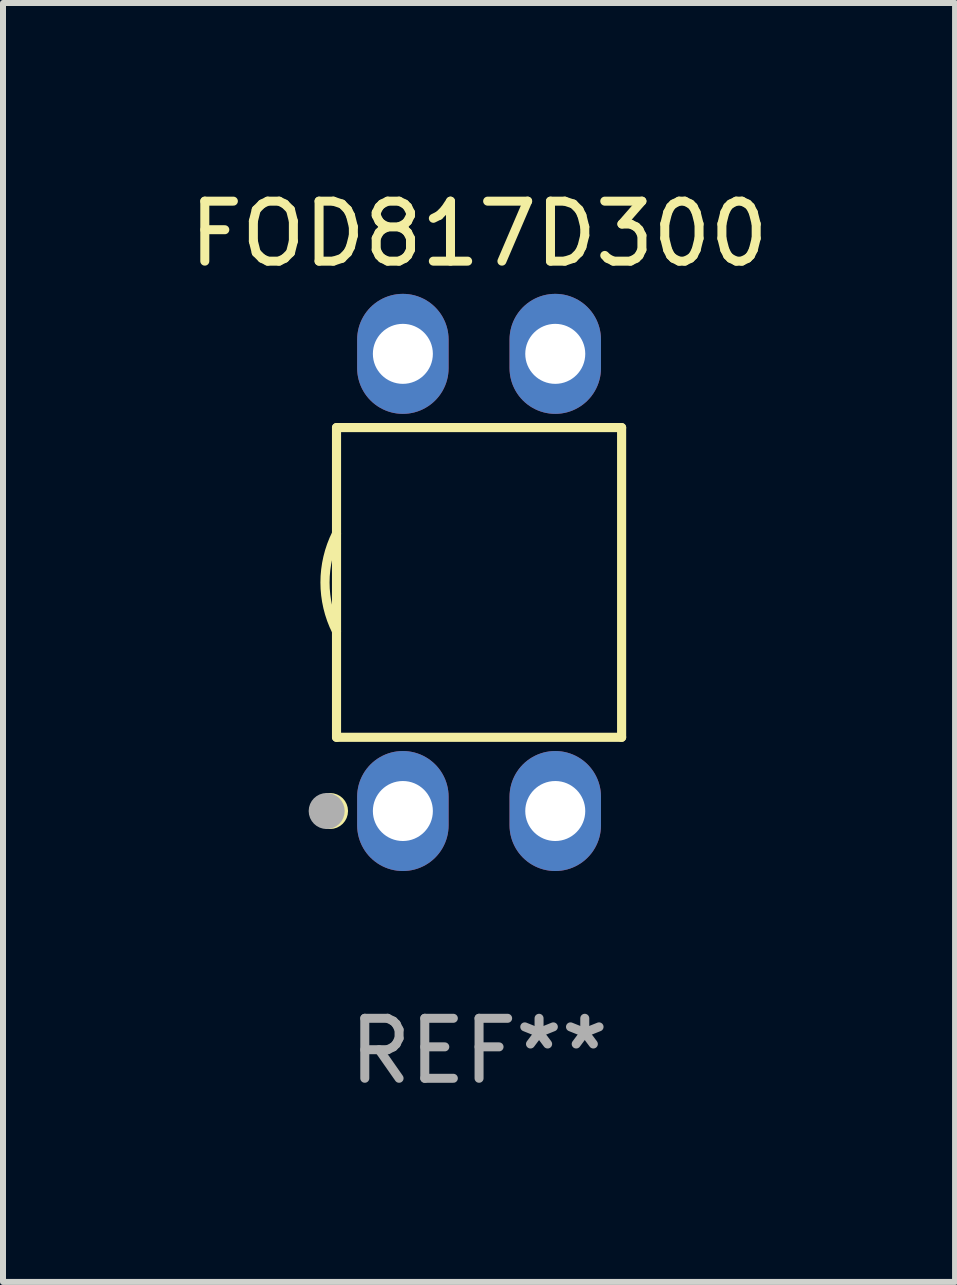
<source format=kicad_pcb>
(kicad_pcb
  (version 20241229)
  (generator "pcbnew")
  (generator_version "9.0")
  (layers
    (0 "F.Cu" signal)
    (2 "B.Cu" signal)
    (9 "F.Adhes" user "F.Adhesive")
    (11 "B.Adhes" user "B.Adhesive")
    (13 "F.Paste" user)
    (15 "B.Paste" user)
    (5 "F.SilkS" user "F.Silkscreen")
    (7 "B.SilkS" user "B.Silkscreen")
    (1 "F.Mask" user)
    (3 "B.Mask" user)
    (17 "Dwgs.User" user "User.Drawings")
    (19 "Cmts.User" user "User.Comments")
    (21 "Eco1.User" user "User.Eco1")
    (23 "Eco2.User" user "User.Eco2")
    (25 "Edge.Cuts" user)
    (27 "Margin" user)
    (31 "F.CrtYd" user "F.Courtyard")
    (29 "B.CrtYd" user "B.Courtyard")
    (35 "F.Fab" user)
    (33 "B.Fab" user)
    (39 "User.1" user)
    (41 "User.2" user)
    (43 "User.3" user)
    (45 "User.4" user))
  (footprint "FOD817D300"
    (layer "F.Cu")
    (at 4.935 6.658)
    (property "Reference" "FOD817D300" (at 0 -5.81 0) (layer "F.SilkS") (effects (font (size 1 1) (thickness 0.15))))
    (attr through_hole)
    (fp_line (start -2.376 -2.581) (end 2.376 -2.581) (stroke (width 0.152) (type solid)) (layer "F.SilkS"))
    (fp_line (start -2.376 2.581) (end -2.376 -2.581) (stroke (width 0.152) (type solid)) (layer "F.SilkS"))
    (fp_line (start 2.376 -2.581) (end 2.376 2.581) (stroke (width 0.152) (type solid)) (layer "F.SilkS"))
    (fp_line (start 2.376 2.581) (end -2.376 2.581) (stroke (width 0.152) (type solid)) (layer "F.SilkS"))
    (fp_arc (start -2.3762 0.812496) (mid -2.568004 0) (end -2.3762 -0.812497) (stroke (width 0.1524) (type solid)) (layer "F.SilkS"))
    (fp_circle (center -2.484 3.81) (end -2.334 3.81) (stroke (width 0.3) (type solid)) (fill no) (layer "F.SilkS"))
    (fp_circle (center -2.3 3.935) (end -2.27 3.935) (stroke (width 0.06) (type solid)) (fill no) (layer "F.SilkS"))
    (fp_circle (center -2.54 3.81) (end -2.39 3.81) (stroke (width 0.3) (type solid)) (fill no) (layer "F.Fab"))
    (fp_text user "REF**" (at 0 7.81 0) (layer "F.Fab") (effects (font (size 1 1) (thickness 0.15))))
    (pad "1" thru_hole oval (at -1.27 3.81) (size 1.524 2) (drill 1) (layers "*.Cu" "*.Mask"))
    (pad "2" thru_hole oval (at 1.27 3.81) (size 1.524 2) (drill 1) (layers "*.Cu" "*.Mask"))
    (pad "3" thru_hole oval (at 1.27 -3.81) (size 1.524 2) (drill 1) (layers "*.Cu" "*.Mask"))
    (pad "4" thru_hole oval (at -1.27 -3.81) (size 1.524 2) (drill 1) (layers "*.Cu" "*.Mask")))
  (gr_rect
    (start -3 -3)
    (end 12.869 18.317)
    (stroke (width 0.1) (type default))
    (fill no)
    (layer "Edge.Cuts")))
</source>
